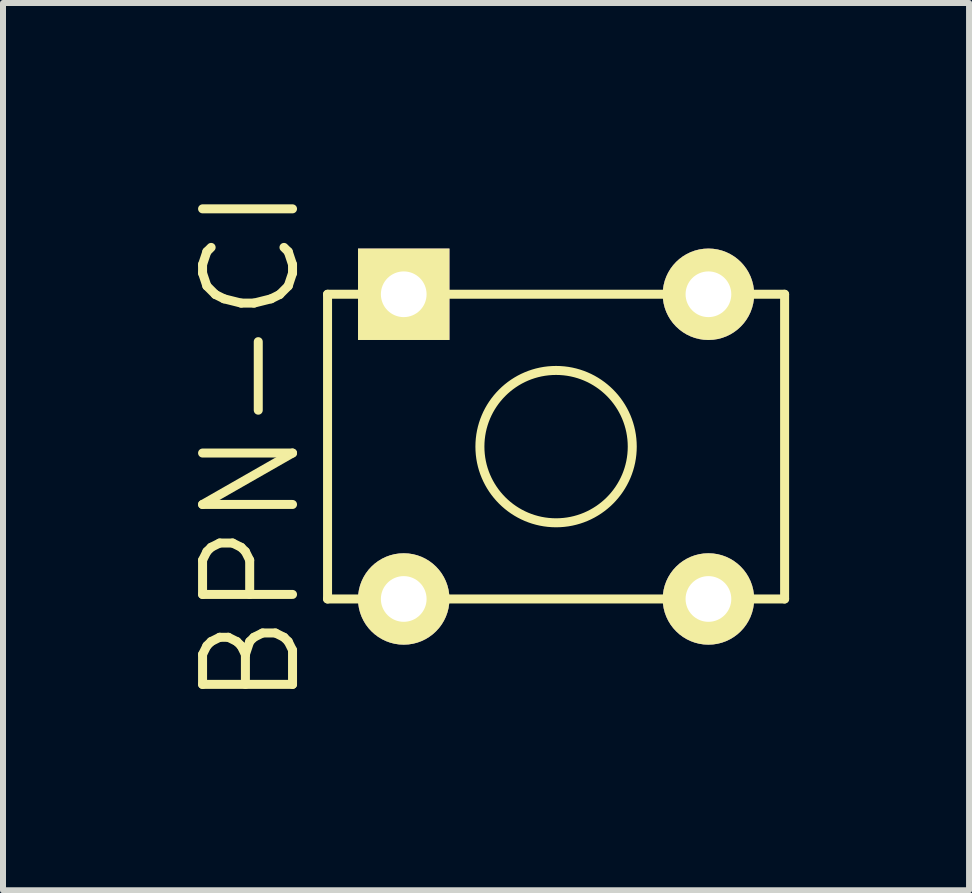
<source format=kicad_pcb>
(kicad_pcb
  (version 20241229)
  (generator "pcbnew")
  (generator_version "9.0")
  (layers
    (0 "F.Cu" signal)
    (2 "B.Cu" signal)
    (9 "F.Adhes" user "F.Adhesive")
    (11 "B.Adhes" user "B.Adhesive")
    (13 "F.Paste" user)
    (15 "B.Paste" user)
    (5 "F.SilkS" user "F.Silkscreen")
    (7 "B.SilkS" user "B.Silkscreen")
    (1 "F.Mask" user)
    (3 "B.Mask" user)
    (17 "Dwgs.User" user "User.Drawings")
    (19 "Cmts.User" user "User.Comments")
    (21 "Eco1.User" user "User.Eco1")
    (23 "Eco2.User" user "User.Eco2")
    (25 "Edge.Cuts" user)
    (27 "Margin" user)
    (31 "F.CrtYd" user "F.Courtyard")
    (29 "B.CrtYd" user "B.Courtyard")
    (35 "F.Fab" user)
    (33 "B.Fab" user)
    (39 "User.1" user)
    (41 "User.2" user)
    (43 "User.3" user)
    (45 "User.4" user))
  (footprint "BPN-CI"
    (layer "F.Cu")
    (at 6.221 4.396)
    (property "Reference" "BPN-CI" (at -5.08 0 90) (layer "F.SilkS") (effects (font (size 1.5 1.5) (thickness 0.15))))
    (attr through_hole)
    (fp_line (start -3.81 -2.54) (end 3.81 -2.54) (stroke (width 0.15) (type solid)) (layer "F.SilkS"))
    (fp_line (start -3.81 2.54) (end -3.81 -2.54) (stroke (width 0.15) (type solid)) (layer "F.SilkS"))
    (fp_line (start 3.81 -2.54) (end 3.81 2.54) (stroke (width 0.15) (type solid)) (layer "F.SilkS"))
    (fp_line (start 3.81 2.54) (end -3.81 2.54) (stroke (width 0.15) (type solid)) (layer "F.SilkS"))
    (fp_circle (center 0 0) (end 1.27 0) (stroke (width 0.15) (type solid)) (fill no) (layer "F.SilkS"))
    (pad "1" thru_hole rect (at -2.54 -2.54) (size 1.524 1.524) (drill 0.762) (layers "*.Cu" "*.Mask" "F.SilkS"))
    (pad "2" thru_hole circle (at 2.54 -2.54) (size 1.524 1.524) (drill 0.762) (layers "*.Cu" "*.Mask" "F.SilkS"))
    (pad "3" thru_hole circle (at -2.54 2.54) (size 1.524 1.524) (drill 0.762) (layers "*.Cu" "*.Mask" "F.SilkS"))
    (pad "4" thru_hole circle (at 2.54 2.54) (size 1.524 1.524) (drill 0.762) (layers "*.Cu" "*.Mask" "F.SilkS")))
  (gr_rect
    (start -3 -3)
    (end 13.106 11.793)
    (stroke (width 0.1) (type default))
    (fill no)
    (layer "Edge.Cuts")))
</source>
